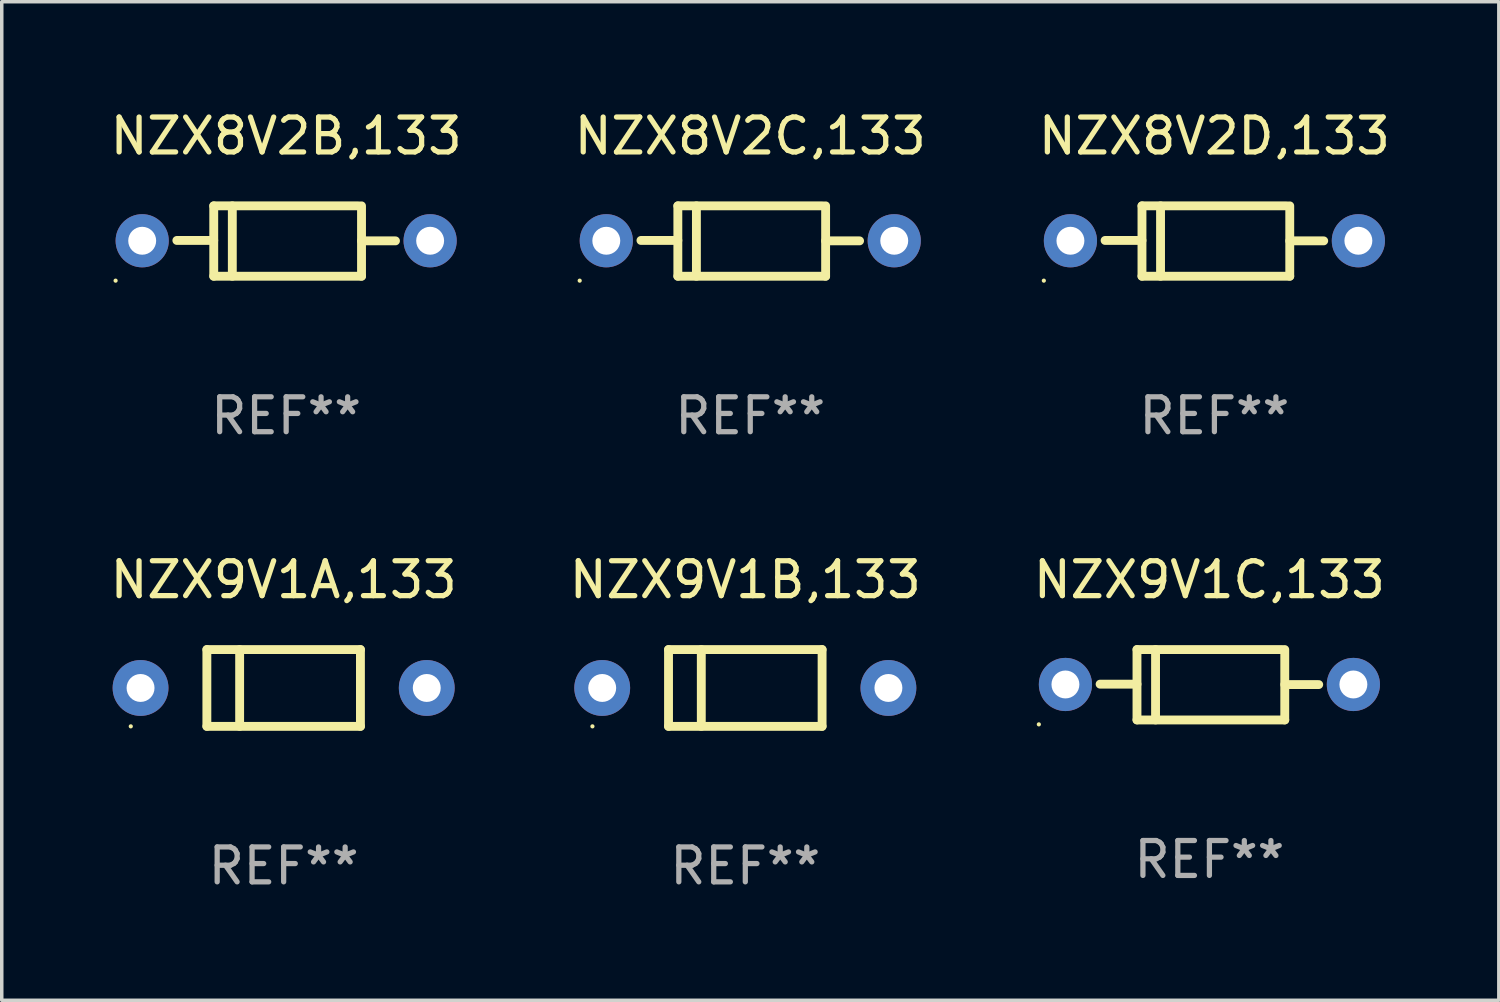
<source format=kicad_pcb>
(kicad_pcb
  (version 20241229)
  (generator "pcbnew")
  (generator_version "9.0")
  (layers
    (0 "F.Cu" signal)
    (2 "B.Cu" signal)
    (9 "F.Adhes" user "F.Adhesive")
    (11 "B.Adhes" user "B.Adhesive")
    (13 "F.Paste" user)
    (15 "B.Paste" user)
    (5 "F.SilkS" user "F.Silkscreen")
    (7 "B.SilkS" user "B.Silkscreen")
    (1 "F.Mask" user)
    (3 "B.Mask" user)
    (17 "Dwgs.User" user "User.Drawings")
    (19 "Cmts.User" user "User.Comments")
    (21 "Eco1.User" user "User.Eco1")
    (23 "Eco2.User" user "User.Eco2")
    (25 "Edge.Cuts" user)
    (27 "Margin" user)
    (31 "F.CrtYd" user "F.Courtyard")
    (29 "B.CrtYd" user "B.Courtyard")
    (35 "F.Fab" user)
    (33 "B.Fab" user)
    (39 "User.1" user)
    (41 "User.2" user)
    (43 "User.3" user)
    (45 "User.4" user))
  (footprint "NZX8V2B,133"
    (layer "F.Cu")
    (at 5.149 3.856)
    (property "Reference" "NZX8V2B,133" (at 0 -3.008 0) (layer "F.SilkS") (effects (font (size 1 1) (thickness 0.15))))
    (attr through_hole)
    (fp_line (start -2.075 -1.008) (end -2.075 1.008) (stroke (width 0.254) (type solid)) (layer "F.SilkS"))
    (fp_line (start -2.075 -0.017) (end -3.132 -0.017) (stroke (width 0.254) (type solid)) (layer "F.SilkS"))
    (fp_line (start -2.075 1.008) (end 2.159 1.008) (stroke (width 0.254) (type solid)) (layer "F.SilkS"))
    (fp_line (start -1.543 -1.008) (end -1.543 1.008) (stroke (width 0.254) (type solid)) (layer "F.SilkS"))
    (fp_line (start 2.075 -1.008) (end -2.075 -1.008) (stroke (width 0.254) (type solid)) (layer "F.SilkS"))
    (fp_line (start 2.159 -0.005) (end 3.132 -0.005) (stroke (width 0.254) (type solid)) (layer "F.SilkS"))
    (fp_line (start 2.159 1.008) (end 2.159 -1.008) (stroke (width 0.254) (type solid)) (layer "F.SilkS"))
    (fp_circle (center -4.887 1.135) (end -4.857 1.135) (stroke (width 0.06) (type solid)) (fill no) (layer "F.SilkS"))
    (fp_text user "REF**" (at 0 5.008 0) (layer "F.Fab") (effects (font (size 1 1) (thickness 0.15))))
    (pad "1" thru_hole circle (at -4.125 -0.008) (size 1.524 1.524) (drill 0.8) (layers "*.Cu" "*.Mask"))
    (pad "2" thru_hole circle (at 4.125 -0.008) (size 1.524 1.524) (drill 0.8) (layers "*.Cu" "*.Mask")))
  (footprint "NZX8V2D,133"
    (layer "F.Cu")
    (at 31.744 3.856)
    (property "Reference" "NZX8V2D,133" (at 0 -3.008 0) (layer "F.SilkS") (effects (font (size 1 1) (thickness 0.15))))
    (attr through_hole)
    (fp_line (start -2.075 -1.008) (end -2.075 1.008) (stroke (width 0.254) (type solid)) (layer "F.SilkS"))
    (fp_line (start -2.075 -0.017) (end -3.132 -0.017) (stroke (width 0.254) (type solid)) (layer "F.SilkS"))
    (fp_line (start -2.075 1.008) (end 2.159 1.008) (stroke (width 0.254) (type solid)) (layer "F.SilkS"))
    (fp_line (start -1.543 -1.008) (end -1.543 1.008) (stroke (width 0.254) (type solid)) (layer "F.SilkS"))
    (fp_line (start 2.075 -1.008) (end -2.075 -1.008) (stroke (width 0.254) (type solid)) (layer "F.SilkS"))
    (fp_line (start 2.159 -0.005) (end 3.132 -0.005) (stroke (width 0.254) (type solid)) (layer "F.SilkS"))
    (fp_line (start 2.159 1.008) (end 2.159 -1.008) (stroke (width 0.254) (type solid)) (layer "F.SilkS"))
    (fp_circle (center -4.887 1.135) (end -4.857 1.135) (stroke (width 0.06) (type solid)) (fill no) (layer "F.SilkS"))
    (fp_text user "REF**" (at 0 5.008 0) (layer "F.Fab") (effects (font (size 1 1) (thickness 0.15))))
    (pad "1" thru_hole circle (at -4.125 -0.008) (size 1.524 1.524) (drill 0.8) (layers "*.Cu" "*.Mask"))
    (pad "2" thru_hole circle (at 4.125 -0.008) (size 1.524 1.524) (drill 0.8) (layers "*.Cu" "*.Mask")))
  (footprint "NZX9V1A,133"
    (layer "F.Cu")
    (at 5.077 16.661)
    (property "Reference" "NZX9V1A,133" (at 0 -3.1 0) (layer "F.SilkS") (effects (font (size 1 1) (thickness 0.15))))
    (attr through_hole)
    (fp_line (start -2.2 -1.1) (end -2.2 1.1) (stroke (width 0.254) (type solid)) (layer "F.SilkS"))
    (fp_line (start -2.2 -1.1) (end 2.2 -1.1) (stroke (width 0.254) (type solid)) (layer "F.SilkS"))
    (fp_line (start -2.2 1.1) (end 2.2 1.1) (stroke (width 0.254) (type solid)) (layer "F.SilkS"))
    (fp_line (start -1.261 -1.1) (end -1.261 1.1) (stroke (width 0.254) (type solid)) (layer "F.SilkS"))
    (fp_line (start 2.2 -1.1) (end 2.2 1.1) (stroke (width 0.254) (type solid)) (layer "F.SilkS"))
    (fp_circle (center -4.38 1.1) (end -4.35 1.1) (stroke (width 0.06) (type solid)) (fill no) (layer "F.SilkS"))
    (fp_text user "REF**" (at 0 5.1 0) (layer "F.Fab") (effects (font (size 1 1) (thickness 0.15))))
    (pad "1" thru_hole circle (at -4.1 0) (size 1.6 1.6) (drill 0.8) (layers "*.Cu" "*.Mask"))
    (pad "2" thru_hole circle (at 4.1 0) (size 1.6 1.6) (drill 0.8) (layers "*.Cu" "*.Mask")))
  (footprint "NZX8V2C,133"
    (layer "F.Cu")
    (at 18.446 3.856)
    (property "Reference" "NZX8V2C,133" (at 0 -3.008 0) (layer "F.SilkS") (effects (font (size 1 1) (thickness 0.15))))
    (attr through_hole)
    (fp_line (start -2.075 -1.008) (end -2.075 1.008) (stroke (width 0.254) (type solid)) (layer "F.SilkS"))
    (fp_line (start -2.075 -0.017) (end -3.132 -0.017) (stroke (width 0.254) (type solid)) (layer "F.SilkS"))
    (fp_line (start -2.075 1.008) (end 2.159 1.008) (stroke (width 0.254) (type solid)) (layer "F.SilkS"))
    (fp_line (start -1.543 -1.008) (end -1.543 1.008) (stroke (width 0.254) (type solid)) (layer "F.SilkS"))
    (fp_line (start 2.075 -1.008) (end -2.075 -1.008) (stroke (width 0.254) (type solid)) (layer "F.SilkS"))
    (fp_line (start 2.159 -0.005) (end 3.132 -0.005) (stroke (width 0.254) (type solid)) (layer "F.SilkS"))
    (fp_line (start 2.159 1.008) (end 2.159 -1.008) (stroke (width 0.254) (type solid)) (layer "F.SilkS"))
    (fp_circle (center -4.887 1.135) (end -4.857 1.135) (stroke (width 0.06) (type solid)) (fill no) (layer "F.SilkS"))
    (fp_text user "REF**" (at 0 5.008 0) (layer "F.Fab") (effects (font (size 1 1) (thickness 0.15))))
    (pad "1" thru_hole circle (at -4.125 -0.008) (size 1.524 1.524) (drill 0.8) (layers "*.Cu" "*.Mask"))
    (pad "2" thru_hole circle (at 4.125 -0.008) (size 1.524 1.524) (drill 0.8) (layers "*.Cu" "*.Mask")))
  (footprint "NZX9V1C,133"
    (layer "F.Cu")
    (at 31.601 16.569)
    (property "Reference" "NZX9V1C,133" (at 0 -3.008 0) (layer "F.SilkS") (effects (font (size 1 1) (thickness 0.15))))
    (attr through_hole)
    (fp_line (start -2.075 -1.008) (end -2.075 1.008) (stroke (width 0.254) (type solid)) (layer "F.SilkS"))
    (fp_line (start -2.075 -0.017) (end -3.132 -0.017) (stroke (width 0.254) (type solid)) (layer "F.SilkS"))
    (fp_line (start -2.075 1.008) (end 2.159 1.008) (stroke (width 0.254) (type solid)) (layer "F.SilkS"))
    (fp_line (start -1.543 -1.008) (end -1.543 1.008) (stroke (width 0.254) (type solid)) (layer "F.SilkS"))
    (fp_line (start 2.075 -1.008) (end -2.075 -1.008) (stroke (width 0.254) (type solid)) (layer "F.SilkS"))
    (fp_line (start 2.159 -0.005) (end 3.132 -0.005) (stroke (width 0.254) (type solid)) (layer "F.SilkS"))
    (fp_line (start 2.159 1.008) (end 2.159 -1.008) (stroke (width 0.254) (type solid)) (layer "F.SilkS"))
    (fp_circle (center -4.887 1.135) (end -4.857 1.135) (stroke (width 0.06) (type solid)) (fill no) (layer "F.SilkS"))
    (fp_text user "REF**" (at 0 5.008 0) (layer "F.Fab") (effects (font (size 1 1) (thickness 0.15))))
    (pad "1" thru_hole circle (at -4.125 -0.008) (size 1.524 1.524) (drill 0.8) (layers "*.Cu" "*.Mask"))
    (pad "2" thru_hole circle (at 4.125 -0.008) (size 1.524 1.524) (drill 0.8) (layers "*.Cu" "*.Mask")))
  (footprint "NZX9V1B,133"
    (layer "F.Cu")
    (at 18.304 16.661)
    (property "Reference" "NZX9V1B,133" (at 0 -3.1 0) (layer "F.SilkS") (effects (font (size 1 1) (thickness 0.15))))
    (attr through_hole)
    (fp_line (start -2.2 -1.1) (end -2.2 1.1) (stroke (width 0.254) (type solid)) (layer "F.SilkS"))
    (fp_line (start -2.2 -1.1) (end 2.2 -1.1) (stroke (width 0.254) (type solid)) (layer "F.SilkS"))
    (fp_line (start -2.2 1.1) (end 2.2 1.1) (stroke (width 0.254) (type solid)) (layer "F.SilkS"))
    (fp_line (start -1.261 -1.1) (end -1.261 1.1) (stroke (width 0.254) (type solid)) (layer "F.SilkS"))
    (fp_line (start 2.2 -1.1) (end 2.2 1.1) (stroke (width 0.254) (type solid)) (layer "F.SilkS"))
    (fp_circle (center -4.38 1.1) (end -4.35 1.1) (stroke (width 0.06) (type solid)) (fill no) (layer "F.SilkS"))
    (fp_text user "REF**" (at 0 5.1 0) (layer "F.Fab") (effects (font (size 1 1) (thickness 0.15))))
    (pad "1" thru_hole circle (at -4.1 0) (size 1.6 1.6) (drill 0.8) (layers "*.Cu" "*.Mask"))
    (pad "2" thru_hole circle (at 4.1 0) (size 1.6 1.6) (drill 0.8) (layers "*.Cu" "*.Mask")))
  (gr_rect
    (start -3 -3)
    (end 39.893 25.609)
    (stroke (width 0.1) (type default))
    (fill no)
    (layer "Edge.Cuts")))
</source>
